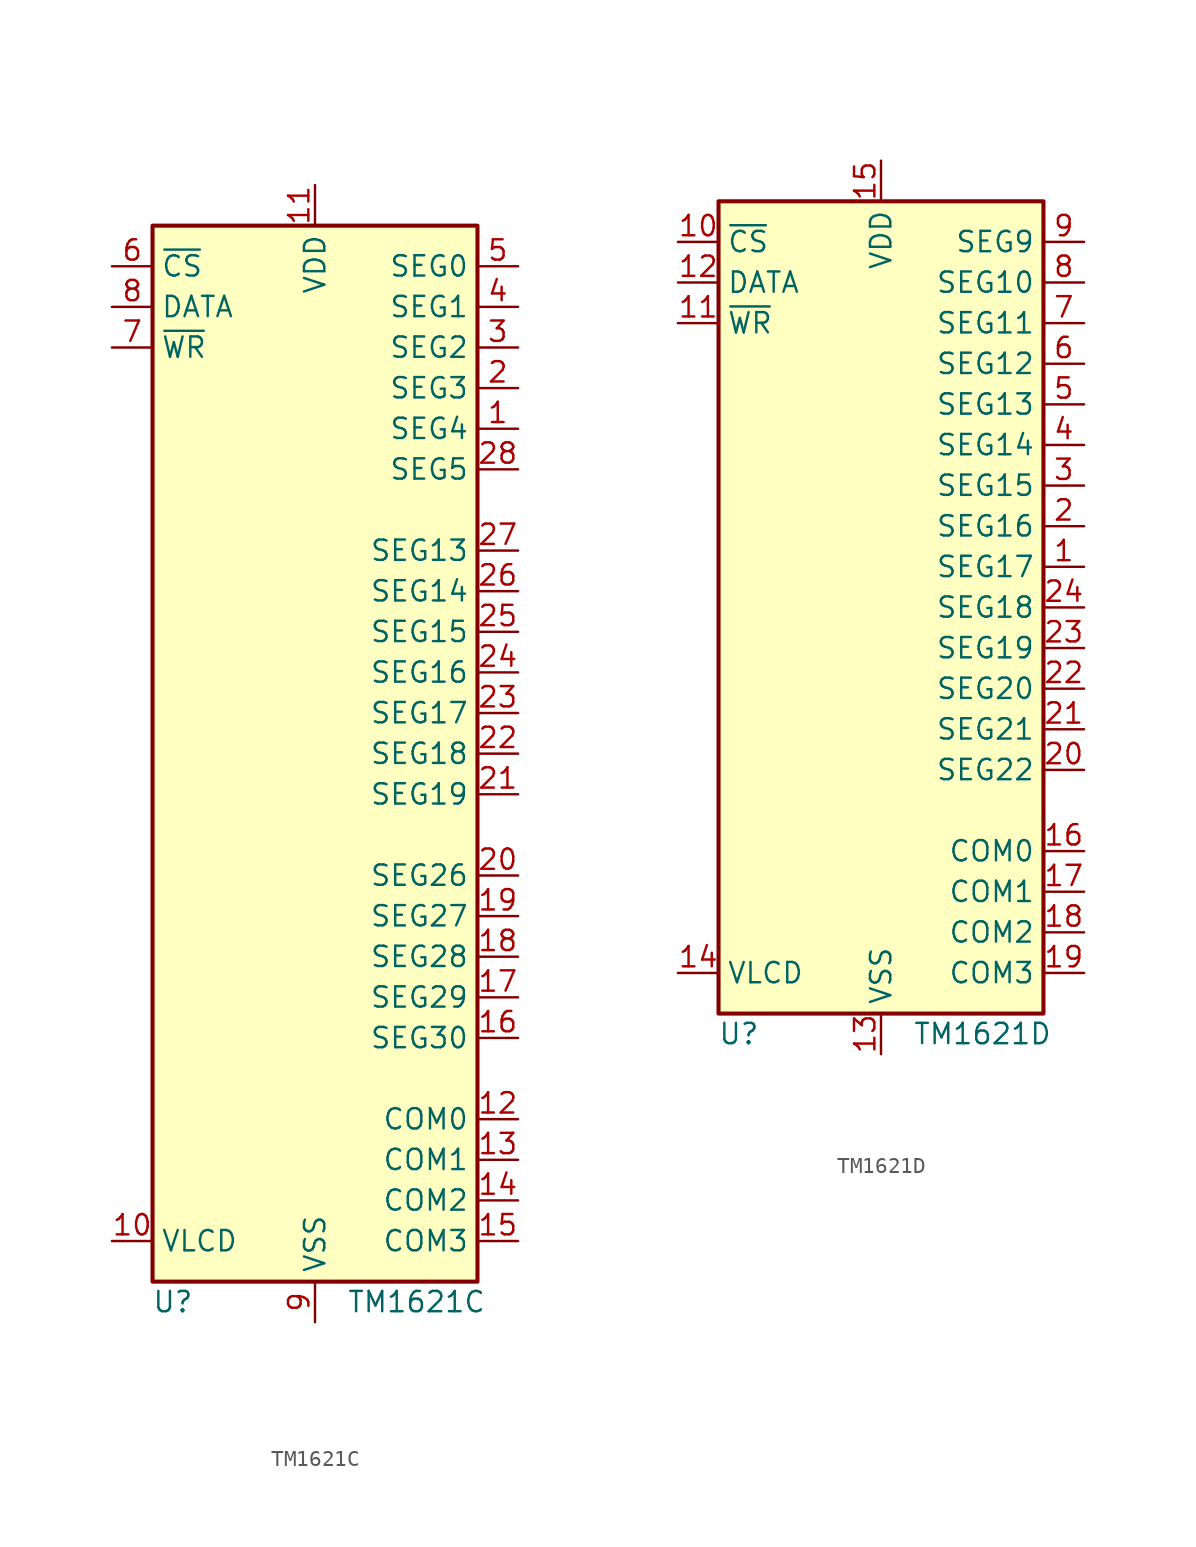
<source format=kicad_sym>
(kicad_symbol_lib
  (version 20201005)
  (generator kicad_symbol_editor)
  (symbol "Driver_Display:TM1621C"
    (property "Reference" "U"
      (at -8.89 -34.29 0)
      (effects (font (size 1.27 1.27))))
    (property "Value" "TM1621C"
      (at 6.35 -34.29 0)
      (effects (font (size 1.27 1.27))))
    (symbol "TM1621C_0_1"
      (rectangle (start -10.16 -33.02) (end 10.16 33.02) (stroke (width 0.254)) (fill (type background))))
    (symbol "TM1621C_1_1"
      (pin passive line (at 12.7 20.32 180) (length 2.54) (name "SEG4" (effects (font (size 1.27 1.27)))) (number "1" (effects (font (size 1.27 1.27)))))
      (pin passive line (at -12.7 -30.48 0) (length 2.54) (name "VLCD" (effects (font (size 1.27 1.27)))) (number "10" (effects (font (size 1.27 1.27)))))
      (pin power_in line (at 0 35.56 270) (length 2.54) (name "VDD" (effects (font (size 1.27 1.27)))) (number "11" (effects (font (size 1.27 1.27)))))
      (pin passive line (at 12.7 -22.86 180) (length 2.54) (name "COM0" (effects (font (size 1.27 1.27)))) (number "12" (effects (font (size 1.27 1.27)))))
      (pin passive line (at 12.7 -25.4 180) (length 2.54) (name "COM1" (effects (font (size 1.27 1.27)))) (number "13" (effects (font (size 1.27 1.27)))))
      (pin passive line (at 12.7 -27.94 180) (length 2.54) (name "COM2" (effects (font (size 1.27 1.27)))) (number "14" (effects (font (size 1.27 1.27)))))
      (pin passive line (at 12.7 -30.48 180) (length 2.54) (name "COM3" (effects (font (size 1.27 1.27)))) (number "15" (effects (font (size 1.27 1.27)))))
      (pin passive line (at 12.7 -17.78 180) (length 2.54) (name "SEG30" (effects (font (size 1.27 1.27)))) (number "16" (effects (font (size 1.27 1.27)))))
      (pin passive line (at 12.7 -15.24 180) (length 2.54) (name "SEG29" (effects (font (size 1.27 1.27)))) (number "17" (effects (font (size 1.27 1.27)))))
      (pin passive line (at 12.7 -12.7 180) (length 2.54) (name "SEG28" (effects (font (size 1.27 1.27)))) (number "18" (effects (font (size 1.27 1.27)))))
      (pin passive line (at 12.7 -10.16 180) (length 2.54) (name "SEG27" (effects (font (size 1.27 1.27)))) (number "19" (effects (font (size 1.27 1.27)))))
      (pin passive line (at 12.7 22.86 180) (length 2.54) (name "SEG3" (effects (font (size 1.27 1.27)))) (number "2" (effects (font (size 1.27 1.27)))))
      (pin passive line (at 12.7 -7.62 180) (length 2.54) (name "SEG26" (effects (font (size 1.27 1.27)))) (number "20" (effects (font (size 1.27 1.27)))))
      (pin passive line (at 12.7 -2.54 180) (length 2.54) (name "SEG19" (effects (font (size 1.27 1.27)))) (number "21" (effects (font (size 1.27 1.27)))))
      (pin passive line (at 12.7 0 180) (length 2.54) (name "SEG18" (effects (font (size 1.27 1.27)))) (number "22" (effects (font (size 1.27 1.27)))))
      (pin passive line (at 12.7 2.54 180) (length 2.54) (name "SEG17" (effects (font (size 1.27 1.27)))) (number "23" (effects (font (size 1.27 1.27)))))
      (pin passive line (at 12.7 5.08 180) (length 2.54) (name "SEG16" (effects (font (size 1.27 1.27)))) (number "24" (effects (font (size 1.27 1.27)))))
      (pin passive line (at 12.7 7.62 180) (length 2.54) (name "SEG15" (effects (font (size 1.27 1.27)))) (number "25" (effects (font (size 1.27 1.27)))))
      (pin passive line (at 12.7 10.16 180) (length 2.54) (name "SEG14" (effects (font (size 1.27 1.27)))) (number "26" (effects (font (size 1.27 1.27)))))
      (pin passive line (at 12.7 12.7 180) (length 2.54) (name "SEG13" (effects (font (size 1.27 1.27)))) (number "27" (effects (font (size 1.27 1.27)))))
      (pin passive line (at 12.7 17.78 180) (length 2.54) (name "SEG5" (effects (font (size 1.27 1.27)))) (number "28" (effects (font (size 1.27 1.27)))))
      (pin passive line (at 12.7 25.4 180) (length 2.54) (name "SEG2" (effects (font (size 1.27 1.27)))) (number "3" (effects (font (size 1.27 1.27)))))
      (pin passive line (at 12.7 27.94 180) (length 2.54) (name "SEG1" (effects (font (size 1.27 1.27)))) (number "4" (effects (font (size 1.27 1.27)))))
      (pin passive line (at 12.7 30.48 180) (length 2.54) (name "SEG0" (effects (font (size 1.27 1.27)))) (number "5" (effects (font (size 1.27 1.27)))))
      (pin input line (at -12.7 30.48 0) (length 2.54) (name "~CS" (effects (font (size 1.27 1.27)))) (number "6" (effects (font (size 1.27 1.27)))))
      (pin input line (at -12.7 25.4 0) (length 2.54) (name "~WR" (effects (font (size 1.27 1.27)))) (number "7" (effects (font (size 1.27 1.27)))))
      (pin bidirectional line (at -12.7 27.94 0) (length 2.54) (name "DATA" (effects (font (size 1.27 1.27)))) (number "8" (effects (font (size 1.27 1.27)))))
      (pin power_in line (at 0 -35.56 90) (length 2.54) (name "VSS" (effects (font (size 1.27 1.27)))) (number "9" (effects (font (size 1.27 1.27)))))))
  (symbol "Driver_Display:TM1621D"
    (property "Reference" "U"
      (at -8.89 -26.67 0)
      (effects (font (size 1.27 1.27))))
    (property "Value" "TM1621D"
      (at 6.35 -26.67 0)
      (effects (font (size 1.27 1.27))))
    (symbol "TM1621D_0_1"
      (rectangle (start 10.16 -25.4) (end -10.16 25.4) (stroke (width 0.254)) (fill (type background))))
    (symbol "TM1621D_1_1"
      (pin passive line (at 12.7 2.54 180) (length 2.54) (name "SEG17" (effects (font (size 1.27 1.27)))) (number "1" (effects (font (size 1.27 1.27)))))
      (pin input line (at -12.7 22.86 0) (length 2.54) (name "~CS" (effects (font (size 1.27 1.27)))) (number "10" (effects (font (size 1.27 1.27)))))
      (pin input line (at -12.7 17.78 0) (length 2.54) (name "~WR" (effects (font (size 1.27 1.27)))) (number "11" (effects (font (size 1.27 1.27)))))
      (pin bidirectional line (at -12.7 20.32 0) (length 2.54) (name "DATA" (effects (font (size 1.27 1.27)))) (number "12" (effects (font (size 1.27 1.27)))))
      (pin power_in line (at 0 -27.94 90) (length 2.54) (name "VSS" (effects (font (size 1.27 1.27)))) (number "13" (effects (font (size 1.27 1.27)))))
      (pin passive line (at -12.7 -22.86 0) (length 2.54) (name "VLCD" (effects (font (size 1.27 1.27)))) (number "14" (effects (font (size 1.27 1.27)))))
      (pin power_in line (at 0 27.94 270) (length 2.54) (name "VDD" (effects (font (size 1.27 1.27)))) (number "15" (effects (font (size 1.27 1.27)))))
      (pin passive line (at 12.7 -15.24 180) (length 2.54) (name "COM0" (effects (font (size 1.27 1.27)))) (number "16" (effects (font (size 1.27 1.27)))))
      (pin passive line (at 12.7 -17.78 180) (length 2.54) (name "COM1" (effects (font (size 1.27 1.27)))) (number "17" (effects (font (size 1.27 1.27)))))
      (pin passive line (at 12.7 -20.32 180) (length 2.54) (name "COM2" (effects (font (size 1.27 1.27)))) (number "18" (effects (font (size 1.27 1.27)))))
      (pin passive line (at 12.7 -22.86 180) (length 2.54) (name "COM3" (effects (font (size 1.27 1.27)))) (number "19" (effects (font (size 1.27 1.27)))))
      (pin passive line (at 12.7 5.08 180) (length 2.54) (name "SEG16" (effects (font (size 1.27 1.27)))) (number "2" (effects (font (size 1.27 1.27)))))
      (pin passive line (at 12.7 -10.16 180) (length 2.54) (name "SEG22" (effects (font (size 1.27 1.27)))) (number "20" (effects (font (size 1.27 1.27)))))
      (pin passive line (at 12.7 -7.62 180) (length 2.54) (name "SEG21" (effects (font (size 1.27 1.27)))) (number "21" (effects (font (size 1.27 1.27)))))
      (pin passive line (at 12.7 -5.08 180) (length 2.54) (name "SEG20" (effects (font (size 1.27 1.27)))) (number "22" (effects (font (size 1.27 1.27)))))
      (pin passive line (at 12.7 -2.54 180) (length 2.54) (name "SEG19" (effects (font (size 1.27 1.27)))) (number "23" (effects (font (size 1.27 1.27)))))
      (pin passive line (at 12.7 0 180) (length 2.54) (name "SEG18" (effects (font (size 1.27 1.27)))) (number "24" (effects (font (size 1.27 1.27)))))
      (pin passive line (at 12.7 7.62 180) (length 2.54) (name "SEG15" (effects (font (size 1.27 1.27)))) (number "3" (effects (font (size 1.27 1.27)))))
      (pin passive line (at 12.7 10.16 180) (length 2.54) (name "SEG14" (effects (font (size 1.27 1.27)))) (number "4" (effects (font (size 1.27 1.27)))))
      (pin passive line (at 12.7 12.7 180) (length 2.54) (name "SEG13" (effects (font (size 1.27 1.27)))) (number "5" (effects (font (size 1.27 1.27)))))
      (pin passive line (at 12.7 15.24 180) (length 2.54) (name "SEG12" (effects (font (size 1.27 1.27)))) (number "6" (effects (font (size 1.27 1.27)))))
      (pin passive line (at 12.7 17.78 180) (length 2.54) (name "SEG11" (effects (font (size 1.27 1.27)))) (number "7" (effects (font (size 1.27 1.27)))))
      (pin passive line (at 12.7 20.32 180) (length 2.54) (name "SEG10" (effects (font (size 1.27 1.27)))) (number "8" (effects (font (size 1.27 1.27)))))
      (pin passive line (at 12.7 22.86 180) (length 2.54) (name "SEG9" (effects (font (size 1.27 1.27)))) (number "9" (effects (font (size 1.27 1.27))))))))
</source>
